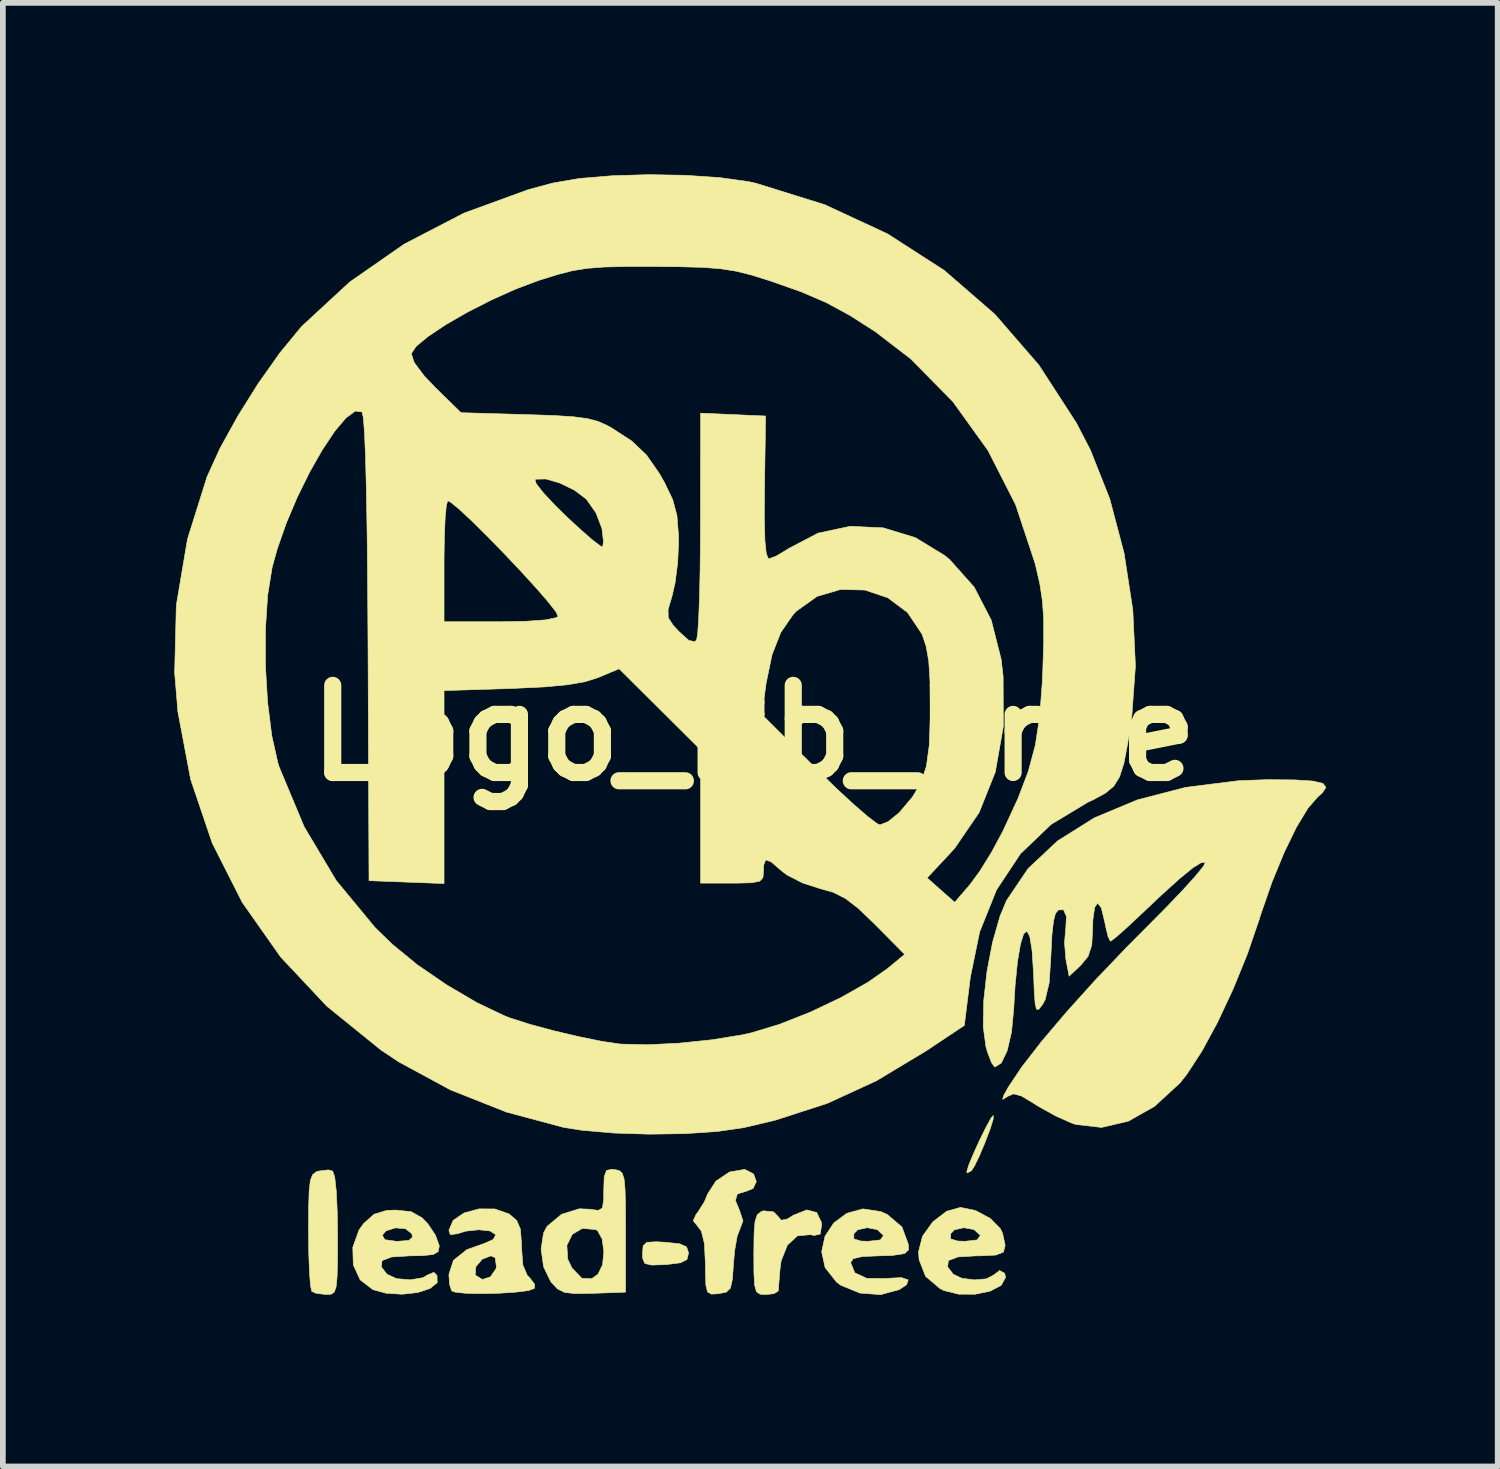
<source format=kicad_pcb>
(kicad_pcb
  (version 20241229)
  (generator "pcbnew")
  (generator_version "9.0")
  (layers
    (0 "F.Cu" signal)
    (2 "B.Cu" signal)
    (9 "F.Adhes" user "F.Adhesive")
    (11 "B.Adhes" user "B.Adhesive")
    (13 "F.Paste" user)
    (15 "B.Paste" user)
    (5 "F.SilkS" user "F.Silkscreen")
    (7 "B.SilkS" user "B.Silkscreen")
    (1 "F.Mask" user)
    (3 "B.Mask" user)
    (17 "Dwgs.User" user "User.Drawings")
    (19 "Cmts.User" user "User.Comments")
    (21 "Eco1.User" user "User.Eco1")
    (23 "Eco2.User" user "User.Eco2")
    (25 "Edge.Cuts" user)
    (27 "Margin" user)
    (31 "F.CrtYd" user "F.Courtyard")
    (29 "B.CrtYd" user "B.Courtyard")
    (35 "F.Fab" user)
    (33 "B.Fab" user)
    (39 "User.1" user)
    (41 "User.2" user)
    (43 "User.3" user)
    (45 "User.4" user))
  (footprint "Logo_Pb_Free"
    (layer "F.Cu")
    (at 10.136 9.773)
    (property "Reference" "Logo_Pb_Free" (at 0 0 0) (layer "F.SilkS") (effects (font (size 1.524 1.524) (thickness 0.3))))
    (attr through_hole)
    (fp_poly (pts (xy 4.186 6.757) (xy 4.132 6.93) (xy 4.046 7.156) (xy 3.949 7.388) (xy 3.859 7.574) (xy 3.804 7.658) (xy 3.733 7.694) (xy 3.725 7.674) (xy 3.758 7.561) (xy 3.841 7.361) (xy 3.949 7.123) (xy 4.06 6.898) (xy 4.148 6.737) (xy 4.189 6.689) (xy 4.186 6.757)) (stroke (width 0.01) (type solid)) (fill yes) (layer "F.SilkS"))
    (fp_poly (pts (xy -1.545 8.907) (xy -1.297 8.934) (xy -1.177 8.987) (xy -1.143 9.088) (xy -1.143 9.102) (xy -1.17 9.208) (xy -1.279 9.265) (xy -1.512 9.295) (xy -1.545 9.297) (xy -1.788 9.306) (xy -1.906 9.278) (xy -1.944 9.191) (xy -1.947 9.102) (xy -1.936 8.969) (xy -1.871 8.908) (xy -1.709 8.898) (xy -1.545 8.907)) (stroke (width 0.01) (type solid)) (fill yes) (layer "F.SilkS"))
    (fp_poly (pts (xy -7.367 7.662) (xy -7.331 7.766) (xy -7.304 8.012) (xy -7.287 8.372) (xy -7.281 8.768) (xy -7.282 9.205) (xy -7.289 9.501) (xy -7.306 9.682) (xy -7.338 9.778) (xy -7.392 9.815) (xy -7.472 9.821) (xy -7.479 9.821) (xy -7.657 9.799) (xy -7.733 9.765) (xy -7.755 9.663) (xy -7.773 9.427) (xy -7.785 9.093) (xy -7.789 8.712) (xy -7.787 8.286) (xy -7.778 7.999) (xy -7.756 7.822) (xy -7.717 7.724) (xy -7.657 7.676) (xy -7.621 7.663) (xy -7.445 7.641) (xy -7.367 7.662)) (stroke (width 0.01) (type solid)) (fill yes) (layer "F.SilkS"))
    (fp_poly (pts (xy 1.099 8.386) (xy 1.182 8.557) (xy 1.185 8.612) (xy 1.161 8.763) (xy 1.056 8.788) (xy 0.986 8.774) (xy 0.764 8.794) (xy 0.587 8.956) (xy 0.478 9.232) (xy 0.458 9.377) (xy 0.44 9.6) (xy 0.429 9.745) (xy 0.428 9.758) (xy 0.352 9.806) (xy 0.212 9.821) (xy 0.109 9.815) (xy 0.046 9.772) (xy 0.014 9.659) (xy 0.002 9.443) (xy 0 9.112) (xy 0.004 8.761) (xy 0.021 8.545) (xy 0.059 8.427) (xy 0.126 8.372) (xy 0.17 8.357) (xy 0.346 8.376) (xy 0.411 8.442) (xy 0.48 8.522) (xy 0.582 8.502) (xy 0.696 8.432) (xy 0.927 8.341) (xy 1.099 8.386)) (stroke (width 0.01) (type solid)) (fill yes) (layer "F.SilkS"))
    (fp_poly (pts (xy -0.153 7.635) (xy -0.005 7.712) (xy 0.044 7.845) (xy -0.013 7.966) (xy -0.114 8.008) (xy -0.289 8.063) (xy -0.322 8.177) (xy -0.255 8.337) (xy -0.19 8.532) (xy -0.236 8.657) (xy -0.291 8.798) (xy -0.335 9.048) (xy -0.355 9.274) (xy -0.375 9.555) (xy -0.41 9.71) (xy -0.482 9.779) (xy -0.611 9.805) (xy -0.614 9.806) (xy -0.739 9.814) (xy -0.809 9.777) (xy -0.839 9.658) (xy -0.846 9.421) (xy -0.847 9.287) (xy -0.864 8.929) (xy -0.918 8.712) (xy -0.976 8.634) (xy -1.06 8.53) (xy -1.009 8.418) (xy -0.986 8.391) (xy -0.863 8.197) (xy -0.808 8.062) (xy -0.663 7.837) (xy -0.426 7.678) (xy -0.165 7.633) (xy -0.153 7.635)) (stroke (width 0.01) (type solid)) (fill yes) (layer "F.SilkS"))
    (fp_poly (pts (xy 2.219 8.37) (xy 2.334 8.421) (xy 2.591 8.639) (xy 2.702 8.941) (xy 2.708 9.038) (xy 2.639 9.104) (xy 2.422 9.138) (xy 2.201 9.144) (xy 1.898 9.156) (xy 1.738 9.194) (xy 1.693 9.261) (xy 1.766 9.441) (xy 1.972 9.537) (xy 2.294 9.542) (xy 2.33 9.538) (xy 2.583 9.525) (xy 2.701 9.565) (xy 2.672 9.649) (xy 2.546 9.734) (xy 2.219 9.823) (xy 1.853 9.795) (xy 1.522 9.659) (xy 1.446 9.602) (xy 1.247 9.349) (xy 1.187 9.073) (xy 1.245 8.803) (xy 1.274 8.758) (xy 1.749 8.758) (xy 1.75 8.848) (xy 1.868 8.885) (xy 1.999 8.89) (xy 2.213 8.866) (xy 2.267 8.791) (xy 2.265 8.784) (xy 2.159 8.685) (xy 1.982 8.652) (xy 1.815 8.689) (xy 1.749 8.758) (xy 1.274 8.758) (xy 1.399 8.569) (xy 1.627 8.4) (xy 1.908 8.323) (xy 2.219 8.37)) (stroke (width 0.01) (type solid)) (fill yes) (layer "F.SilkS"))
    (fp_poly (pts (xy -2.434 7.635) (xy -2.355 7.653) (xy -2.302 7.699) (xy -2.269 7.802) (xy -2.252 7.99) (xy -2.245 8.291) (xy -2.244 8.721) (xy -2.244 9.779) (xy -2.809 9.8) (xy -3.119 9.805) (xy -3.31 9.784) (xy -3.434 9.723) (xy -3.543 9.607) (xy -3.55 9.598) (xy -3.677 9.338) (xy -3.721 9.029) (xy -3.711 8.96) (xy -3.27 8.96) (xy -3.256 9.2) (xy -3.182 9.356) (xy -3.011 9.535) (xy -2.838 9.545) (xy -2.726 9.466) (xy -2.646 9.301) (xy -2.623 9.074) (xy -2.653 8.851) (xy -2.733 8.704) (xy -2.764 8.685) (xy -2.999 8.664) (xy -3.176 8.768) (xy -3.27 8.96) (xy -3.711 8.96) (xy -3.678 8.745) (xy -3.617 8.629) (xy -3.364 8.418) (xy -3.052 8.321) (xy -2.868 8.329) (xy -2.719 8.35) (xy -2.648 8.307) (xy -2.626 8.159) (xy -2.625 7.993) (xy -2.617 7.758) (xy -2.577 7.651) (xy -2.485 7.63) (xy -2.434 7.635)) (stroke (width 0.01) (type solid)) (fill yes) (layer "F.SilkS"))
    (fp_poly (pts (xy -5.994 8.372) (xy -5.802 8.48) (xy -5.706 8.579) (xy -5.57 8.781) (xy -5.504 8.962) (xy -5.503 8.979) (xy -5.523 9.071) (xy -5.608 9.121) (xy -5.797 9.141) (xy -6.011 9.144) (xy -6.337 9.164) (xy -6.503 9.227) (xy -6.516 9.338) (xy -6.418 9.466) (xy -6.249 9.543) (xy -6.01 9.564) (xy -5.789 9.527) (xy -5.699 9.475) (xy -5.596 9.433) (xy -5.542 9.488) (xy -5.538 9.613) (xy -5.663 9.715) (xy -5.88 9.786) (xy -6.15 9.816) (xy -6.434 9.798) (xy -6.662 9.736) (xy -6.886 9.564) (xy -7.006 9.302) (xy -7.015 8.996) (xy -6.939 8.784) (xy -6.499 8.784) (xy -6.455 8.862) (xy -6.253 8.89) (xy -6.233 8.89) (xy -6.034 8.875) (xy -5.971 8.817) (xy -5.982 8.758) (xy -6.093 8.67) (xy -6.271 8.655) (xy -6.436 8.708) (xy -6.499 8.784) (xy -6.939 8.784) (xy -6.907 8.694) (xy -6.825 8.579) (xy -6.641 8.416) (xy -6.422 8.35) (xy -6.265 8.344) (xy -5.994 8.372)) (stroke (width 0.01) (type solid)) (fill yes) (layer "F.SilkS"))
    (fp_poly (pts (xy 3.88 8.352) (xy 4.135 8.49) (xy 4.314 8.671) (xy 4.353 8.757) (xy 4.396 8.962) (xy 4.366 9.079) (xy 4.232 9.131) (xy 3.966 9.144) (xy 3.895 9.144) (xy 3.569 9.164) (xy 3.403 9.227) (xy 3.39 9.338) (xy 3.488 9.466) (xy 3.639 9.537) (xy 3.858 9.565) (xy 4.067 9.547) (xy 4.191 9.483) (xy 4.191 9.483) (xy 4.299 9.401) (xy 4.388 9.451) (xy 4.403 9.522) (xy 4.327 9.661) (xy 4.134 9.762) (xy 3.869 9.816) (xy 3.583 9.815) (xy 3.322 9.75) (xy 3.26 9.719) (xy 3.004 9.502) (xy 2.891 9.211) (xy 2.881 9.072) (xy 2.95 8.803) (xy 2.982 8.758) (xy 3.442 8.758) (xy 3.443 8.848) (xy 3.561 8.885) (xy 3.693 8.89) (xy 3.906 8.866) (xy 3.961 8.791) (xy 3.959 8.784) (xy 3.853 8.685) (xy 3.675 8.652) (xy 3.509 8.689) (xy 3.442 8.758) (xy 2.982 8.758) (xy 3.13 8.551) (xy 3.372 8.365) (xy 3.615 8.297) (xy 3.88 8.352)) (stroke (width 0.01) (type solid)) (fill yes) (layer "F.SilkS"))
    (fp_poly (pts (xy -4.532 8.324) (xy -4.287 8.409) (xy -4.277 8.415) (xy -4.147 8.527) (xy -4.083 8.677) (xy -4.064 8.926) (xy -4.064 8.988) (xy -4.04 9.306) (xy -3.962 9.489) (xy -3.924 9.524) (xy -3.833 9.643) (xy -3.838 9.713) (xy -3.939 9.751) (xy -4.16 9.779) (xy -4.449 9.798) (xy -4.757 9.805) (xy -5.033 9.8) (xy -5.226 9.779) (xy -5.285 9.757) (xy -5.321 9.645) (xy -5.334 9.472) (xy -4.874 9.472) (xy -4.868 9.484) (xy -4.748 9.558) (xy -4.607 9.512) (xy -4.511 9.373) (xy -4.503 9.334) (xy -4.524 9.177) (xy -4.598 9.144) (xy -4.752 9.203) (xy -4.862 9.334) (xy -4.874 9.472) (xy -5.334 9.472) (xy -5.334 9.471) (xy -5.255 9.224) (xy -5.019 9.035) (xy -4.716 8.928) (xy -4.558 8.858) (xy -4.513 8.774) (xy -4.614 8.709) (xy -4.812 8.688) (xy -5.043 8.713) (xy -5.186 8.758) (xy -5.308 8.773) (xy -5.334 8.698) (xy -5.259 8.523) (xy -5.067 8.394) (xy -4.808 8.323) (xy -4.532 8.324)) (stroke (width 0.01) (type solid)) (fill yes) (layer "F.SilkS"))
    (fp_poly (pts (xy 9.453 0.819) (xy 9.776 0.839) (xy 9.956 0.881) (xy 10.007 0.95) (xy 9.943 1.048) (xy 9.867 1.113) (xy 9.692 1.314) (xy 9.49 1.649) (xy 9.277 2.088) (xy 9.066 2.6) (xy 8.873 3.155) (xy 8.84 3.26) (xy 8.634 3.863) (xy 8.386 4.473) (xy 8.115 5.053) (xy 7.838 5.564) (xy 7.575 5.968) (xy 7.453 6.121) (xy 7.01 6.529) (xy 6.548 6.79) (xy 6.083 6.898) (xy 5.631 6.846) (xy 5.563 6.823) (xy 5.284 6.699) (xy 4.982 6.532) (xy 4.901 6.48) (xy 4.682 6.348) (xy 4.544 6.311) (xy 4.437 6.355) (xy 4.423 6.366) (xy 4.352 6.409) (xy 4.371 6.34) (xy 4.45 6.196) (xy 4.688 5.84) (xy 5.034 5.394) (xy 5.469 4.881) (xy 5.973 4.322) (xy 6.528 3.741) (xy 6.856 3.411) (xy 7.203 3.061) (xy 7.499 2.752) (xy 7.725 2.502) (xy 7.864 2.332) (xy 7.9 2.26) (xy 7.899 2.259) (xy 7.822 2.268) (xy 7.676 2.359) (xy 7.451 2.543) (xy 7.133 2.83) (xy 6.76 3.182) (xy 6.529 3.398) (xy 6.348 3.559) (xy 6.247 3.637) (xy 6.238 3.641) (xy 6.199 3.566) (xy 6.153 3.38) (xy 6.138 3.302) (xy 6.078 3.057) (xy 6.015 2.974) (xy 5.962 3.047) (xy 5.93 3.27) (xy 5.927 3.414) (xy 5.911 3.71) (xy 5.848 3.904) (xy 5.721 4.059) (xy 5.515 4.252) (xy 5.458 3.953) (xy 5.435 3.669) (xy 5.457 3.403) (xy 5.458 3.401) (xy 5.468 3.205) (xy 5.417 3.091) (xy 5.329 3.093) (xy 5.277 3.152) (xy 5.242 3.285) (xy 5.214 3.536) (xy 5.198 3.855) (xy 5.196 3.908) (xy 5.167 4.364) (xy 5.096 4.663) (xy 5.051 4.748) (xy 4.987 4.829) (xy 4.946 4.833) (xy 4.921 4.736) (xy 4.905 4.514) (xy 4.893 4.204) (xy 4.867 3.801) (xy 4.827 3.557) (xy 4.776 3.463) (xy 4.72 3.511) (xy 4.664 3.692) (xy 4.612 3.996) (xy 4.57 4.417) (xy 4.546 4.826) (xy 4.507 5.234) (xy 4.431 5.559) (xy 4.329 5.771) (xy 4.216 5.842) (xy 4.159 5.768) (xy 4.088 5.583) (xy 4.06 5.487) (xy 4.013 5.133) (xy 4.022 4.675) (xy 4.079 4.165) (xy 4.177 3.656) (xy 4.307 3.201) (xy 4.42 2.93) (xy 4.797 2.371) (xy 5.314 1.886) (xy 5.956 1.483) (xy 6.708 1.169) (xy 7.555 0.949) (xy 8.481 0.833) (xy 8.975 0.815) (xy 9.453 0.819)) (stroke (width 0.01) (type solid)) (fill yes) (layer "F.SilkS"))
    (fp_poly (pts (xy -1.198 -9.757) (xy -0.597 -9.716) (xy -0.092 -9.646) (xy 0.042 -9.616) (xy 1.239 -9.243) (xy 2.336 -8.734) (xy 3.33 -8.094) (xy 4.215 -7.327) (xy 4.987 -6.436) (xy 5.642 -5.425) (xy 5.887 -4.952) (xy 6.226 -4.096) (xy 6.477 -3.145) (xy 6.629 -2.154) (xy 6.675 -1.175) (xy 6.612 -0.299) (xy 6.54 0.182) (xy 6.474 0.526) (xy 6.398 0.765) (xy 6.295 0.93) (xy 6.15 1.051) (xy 5.947 1.161) (xy 5.844 1.209) (xy 5.199 1.598) (xy 4.664 2.111) (xy 4.246 2.741) (xy 3.95 3.478) (xy 3.787 4.272) (xy 3.682 5.114) (xy 3.012 5.56) (xy 2.144 6.082) (xy 1.285 6.477) (xy 0.373 6.772) (xy -0.177 6.902) (xy -0.638 6.969) (xy -1.21 7.007) (xy -1.834 7.016) (xy -2.453 6.996) (xy -3.011 6.947) (xy -3.324 6.898) (xy -4.326 6.63) (xy -5.307 6.241) (xy -6.21 5.752) (xy -6.519 5.546) (xy -7.467 4.779) (xy -8.278 3.915) (xy -8.949 2.961) (xy -9.474 1.923) (xy -9.851 0.81) (xy -10.074 -0.371) (xy -10.131 -1.058) (xy -10.112 -1.814) (xy -8.543 -1.814) (xy -8.543 -1.173) (xy -8.505 -0.536) (xy -8.432 0.046) (xy -8.325 0.523) (xy -8.303 0.593) (xy -7.866 1.638) (xy -7.305 2.579) (xy -6.624 3.404) (xy -6.324 3.695) (xy -5.887 4.053) (xy -5.373 4.405) (xy -4.844 4.716) (xy -4.357 4.948) (xy -4.263 4.984) (xy -3.929 5.091) (xy -3.509 5.205) (xy -3.063 5.31) (xy -2.654 5.393) (xy -2.341 5.439) (xy -2.328 5.44) (xy -1.867 5.452) (xy -1.312 5.425) (xy -0.734 5.365) (xy -0.203 5.279) (xy -0.042 5.243) (xy 0.447 5.095) (xy 0.987 4.882) (xy 1.521 4.628) (xy 1.995 4.36) (xy 2.335 4.122) (xy 2.639 3.871) (xy 2.117 3.344) (xy 1.831 3.069) (xy 1.604 2.894) (xy 1.39 2.786) (xy 1.154 2.719) (xy 0.851 2.621) (xy 0.582 2.483) (xy 0.487 2.411) (xy 0.304 2.253) (xy 0.208 2.218) (xy 0.173 2.307) (xy 0.169 2.413) (xy 0.16 2.527) (xy 0.105 2.59) (xy -0.032 2.618) (xy -0.291 2.625) (xy -0.381 2.625) (xy -0.931 2.625) (xy -0.931 0.293) (xy -1.548 -0.321) (xy 0.144 -0.321) (xy 1.109 0.641) (xy 1.444 0.968) (xy 1.746 1.247) (xy 1.991 1.459) (xy 2.155 1.583) (xy 2.207 1.606) (xy 2.348 1.55) (xy 2.525 1.408) (xy 2.557 1.376) (xy 2.775 1.118) (xy 2.925 0.866) (xy 3.019 0.578) (xy 3.069 0.214) (xy 3.087 -0.266) (xy 3.088 -0.425) (xy 3.082 -0.905) (xy 3.06 -1.256) (xy 3.015 -1.515) (xy 2.945 -1.723) (xy 2.938 -1.738) (xy 2.688 -2.11) (xy 2.344 -2.367) (xy 1.942 -2.502) (xy 1.518 -2.512) (xy 1.107 -2.391) (xy 0.745 -2.134) (xy 0.686 -2.071) (xy 0.472 -1.761) (xy 0.32 -1.375) (xy 0.215 -0.873) (xy 0.196 -0.732) (xy 0.144 -0.321) (xy -1.548 -0.321) (xy -2.356 -1.125) (xy -2.723 -0.971) (xy -2.95 -0.899) (xy -3.25 -0.846) (xy -3.655 -0.808) (xy -4.195 -0.782) (xy -4.255 -0.78) (xy -5.419 -0.743) (xy -5.419 2.632) (xy -6.731 2.582) (xy -6.748 -1.473) (xy -6.755 -2.552) (xy -6.759 -3.006) (xy -5.419 -3.006) (xy -5.419 -1.947) (xy -4.45 -1.947) (xy -3.977 -1.956) (xy -3.641 -1.98) (xy -3.455 -2.019) (xy -3.423 -2.041) (xy -3.463 -2.124) (xy -3.6 -2.299) (xy -3.812 -2.543) (xy -4.073 -2.829) (xy -4.361 -3.134) (xy -4.651 -3.432) (xy -4.92 -3.698) (xy -5.144 -3.908) (xy -5.3 -4.036) (xy -5.354 -4.064) (xy -5.378 -3.985) (xy -5.399 -3.768) (xy -5.413 -3.446) (xy -5.419 -3.051) (xy -5.419 -3.006) (xy -6.759 -3.006) (xy -6.764 -3.471) (xy -6.777 -4.229) (xy -6.782 -4.433) (xy -3.829 -4.433) (xy -3.805 -4.359) (xy -3.678 -4.198) (xy -3.47 -3.976) (xy -3.293 -3.802) (xy -3.032 -3.56) (xy -2.819 -3.375) (xy -2.68 -3.27) (xy -2.642 -3.256) (xy -2.631 -3.356) (xy -2.653 -3.552) (xy -2.659 -3.585) (xy -2.76 -3.85) (xy -2.927 -4.089) (xy -2.934 -4.096) (xy -3.139 -4.25) (xy -3.394 -4.374) (xy -3.638 -4.445) (xy -3.813 -4.441) (xy -3.829 -4.433) (xy -6.782 -4.433) (xy -6.792 -4.824) (xy -6.81 -5.256) (xy -6.831 -5.521) (xy -6.853 -5.617) (xy -6.972 -5.633) (xy -7.135 -5.512) (xy -7.332 -5.279) (xy -7.547 -4.956) (xy -7.769 -4.566) (xy -7.983 -4.133) (xy -8.176 -3.678) (xy -8.335 -3.226) (xy -8.426 -2.898) (xy -8.505 -2.406) (xy -8.543 -1.814) (xy -10.112 -1.814) (xy -10.102 -2.235) (xy -9.907 -3.391) (xy -9.565 -4.481) (xy -9.339 -4.978) (xy -9.028 -5.541) (xy -8.668 -6.116) (xy -8.299 -6.637) (xy -5.992 -6.637) (xy -5.941 -6.482) (xy -5.768 -6.25) (xy -5.568 -6.04) (xy -5.122 -5.604) (xy -3.979 -5.571) (xy -3.501 -5.555) (xy -3.156 -5.533) (xy -2.908 -5.5) (xy -2.723 -5.451) (xy -2.564 -5.38) (xy -2.498 -5.344) (xy -2.139 -5.111) (xy -1.877 -4.863) (xy -1.651 -4.538) (xy -1.56 -4.377) (xy -1.419 -4.083) (xy -1.345 -3.806) (xy -1.318 -3.465) (xy -1.316 -3.344) (xy -1.332 -2.979) (xy -1.378 -2.623) (xy -1.432 -2.39) (xy -1.5 -2.161) (xy -1.497 -2.016) (xy -1.408 -1.881) (xy -1.31 -1.776) (xy -1.138 -1.622) (xy -1.033 -1.598) (xy -1.001 -1.63) (xy -0.982 -1.742) (xy -0.965 -1.998) (xy -0.95 -2.372) (xy -0.94 -2.839) (xy -0.934 -3.373) (xy -0.933 -3.666) (xy -0.931 -5.596) (xy -0.363 -5.571) (xy 0.206 -5.546) (xy 0.187 -4.297) (xy 0.184 -3.752) (xy 0.194 -3.368) (xy 0.218 -3.137) (xy 0.255 -3.049) (xy 0.262 -3.048) (xy 0.388 -3.094) (xy 0.576 -3.206) (xy 0.607 -3.227) (xy 1.124 -3.497) (xy 1.686 -3.617) (xy 2.264 -3.59) (xy 2.825 -3.419) (xy 3.34 -3.105) (xy 3.429 -3.031) (xy 3.855 -2.552) (xy 4.153 -1.976) (xy 4.326 -1.292) (xy 4.361 -0.988) (xy 4.364 -0.114) (xy 4.224 0.681) (xy 3.941 1.39) (xy 3.518 2.008) (xy 3.426 2.111) (xy 3.031 2.533) (xy 3.272 2.747) (xy 3.514 2.96) (xy 3.786 2.644) (xy 3.957 2.41) (xy 4.157 2.087) (xy 4.344 1.74) (xy 4.364 1.701) (xy 4.619 1.148) (xy 4.801 0.671) (xy 4.924 0.212) (xy 5 -0.285) (xy 5.045 -0.875) (xy 5.055 -1.105) (xy 5.071 -1.61) (xy 5.07 -1.997) (xy 5.048 -2.313) (xy 5.003 -2.608) (xy 4.929 -2.932) (xy 4.92 -2.968) (xy 4.579 -3.996) (xy 4.095 -4.945) (xy 3.48 -5.8) (xy 2.743 -6.547) (xy 2.123 -7.023) (xy 1.679 -7.307) (xy 1.269 -7.529) (xy 0.826 -7.72) (xy 0.286 -7.91) (xy 0.254 -7.92) (xy -0.047 -8.014) (xy -0.309 -8.079) (xy -0.575 -8.121) (xy -0.887 -8.146) (xy -1.29 -8.157) (xy -1.736 -8.161) (xy -2.241 -8.161) (xy -2.621 -8.152) (xy -2.917 -8.129) (xy -3.172 -8.088) (xy -3.429 -8.022) (xy -3.732 -7.928) (xy -3.764 -7.918) (xy -4.165 -7.767) (xy -4.589 -7.577) (xy -5.005 -7.365) (xy -5.384 -7.147) (xy -5.694 -6.941) (xy -5.907 -6.765) (xy -5.992 -6.637) (xy -8.299 -6.637) (xy -8.29 -6.65) (xy -7.931 -7.087) (xy -7.9 -7.121) (xy -7.068 -7.89) (xy -6.117 -8.552) (xy -5.071 -9.095) (xy -3.951 -9.504) (xy -3.514 -9.622) (xy -3.053 -9.701) (xy -2.479 -9.749) (xy -1.843 -9.768) (xy -1.198 -9.757)) (stroke (width 0.01) (type solid)) (fill yes) (layer "F.SilkS")))
  (gr_rect
    (start -3 -3)
    (end 23.148 22.601)
    (stroke (width 0.1) (type default))
    (fill no)
    (layer "Edge.Cuts")))
</source>
